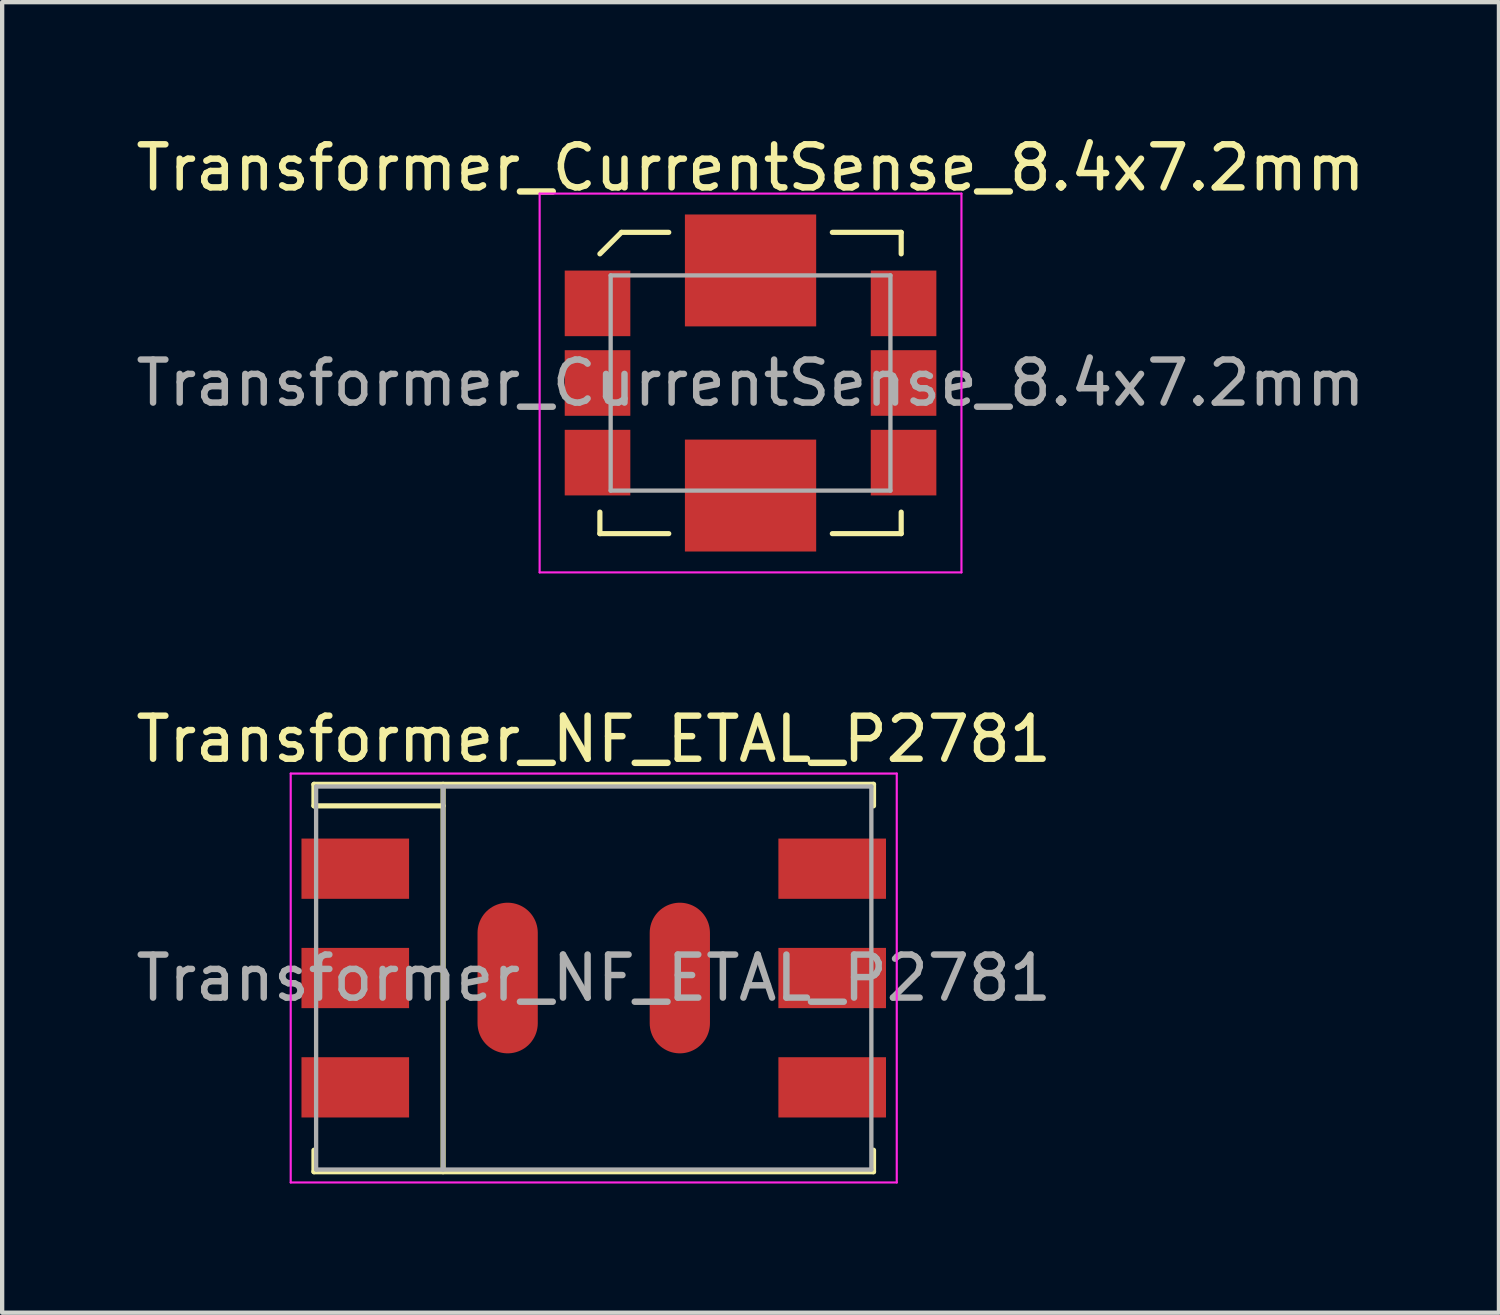
<source format=kicad_pcb>
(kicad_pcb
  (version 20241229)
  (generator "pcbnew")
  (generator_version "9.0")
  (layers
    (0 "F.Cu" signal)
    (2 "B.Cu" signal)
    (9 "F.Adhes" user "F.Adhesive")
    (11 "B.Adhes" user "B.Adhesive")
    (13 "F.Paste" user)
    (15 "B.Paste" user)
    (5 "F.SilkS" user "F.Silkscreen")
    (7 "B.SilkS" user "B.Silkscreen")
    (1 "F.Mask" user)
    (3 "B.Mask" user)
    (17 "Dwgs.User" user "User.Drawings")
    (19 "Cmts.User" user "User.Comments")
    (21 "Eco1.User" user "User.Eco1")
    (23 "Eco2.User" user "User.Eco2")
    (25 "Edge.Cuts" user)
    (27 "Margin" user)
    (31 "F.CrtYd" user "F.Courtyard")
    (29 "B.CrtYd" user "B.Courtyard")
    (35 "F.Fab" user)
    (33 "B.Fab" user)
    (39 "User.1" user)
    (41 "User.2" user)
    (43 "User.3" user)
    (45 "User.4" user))
  (footprint "Transformer_NF_ETAL_P2781"
    (layer "F.Cu")
    (at 10.744 19.672)
    (property "Reference" "Transformer_NF_ETAL_P2781" (at 0 -5.55 0) (layer "F.SilkS") (effects (font (size 1 1) (thickness 0.15))))
    (attr smd)
    (fp_line (start -6.5 -4.5) (end -6.5 -4) (stroke (width 0.12) (type solid)) (layer "F.SilkS"))
    (fp_line (start -6.5 -4.5) (end 6.5 -4.5) (stroke (width 0.12) (type solid)) (layer "F.SilkS"))
    (fp_line (start -6.5 -4) (end -3.5 -4) (stroke (width 0.12) (type solid)) (layer "F.SilkS"))
    (fp_line (start -6.5 4.5) (end -6.5 4) (stroke (width 0.12) (type solid)) (layer "F.SilkS"))
    (fp_line (start -3.5 -4.5) (end -3.5 4.5) (stroke (width 0.12) (type solid)) (layer "F.SilkS"))
    (fp_line (start 6.5 -4.5) (end 6.5 -4) (stroke (width 0.12) (type solid)) (layer "F.SilkS"))
    (fp_line (start 6.5 4.5) (end -6.5 4.5) (stroke (width 0.12) (type solid)) (layer "F.SilkS"))
    (fp_line (start 6.5 4.5) (end 6.5 4) (stroke (width 0.12) (type solid)) (layer "F.SilkS"))
    (fp_line (start -7.04 -4.75) (end -7.04 4.75) (stroke (width 0.05) (type solid)) (layer "F.CrtYd"))
    (fp_line (start -7.04 -4.75) (end 7.04 -4.75) (stroke (width 0.05) (type solid)) (layer "F.CrtYd"))
    (fp_line (start 7.04 4.75) (end -7.04 4.75) (stroke (width 0.05) (type solid)) (layer "F.CrtYd"))
    (fp_line (start 7.04 4.75) (end 7.04 -4.75) (stroke (width 0.05) (type solid)) (layer "F.CrtYd"))
    (fp_line (start -6.45 -4.45) (end 6.45 -4.45) (stroke (width 0.1) (type solid)) (layer "F.Fab"))
    (fp_line (start -6.45 4.45) (end -6.45 -4.45) (stroke (width 0.1) (type solid)) (layer "F.Fab"))
    (fp_line (start -3.5 -4.45) (end -3.5 4.45) (stroke (width 0.1) (type solid)) (layer "F.Fab"))
    (fp_line (start 6.45 -4.45) (end 6.45 4.45) (stroke (width 0.1) (type solid)) (layer "F.Fab"))
    (fp_line (start 6.45 4.45) (end -6.45 4.45) (stroke (width 0.1) (type solid)) (layer "F.Fab"))
    (fp_text user "${REFERENCE}" (at 0 0 0) (layer "F.Fab") (effects (font (size 1 1) (thickness 0.15))))
    (pad "1" smd rect (at -5.54 -2.54) (size 2.5 1.4) (layers "F.Cu" "F.Mask" "F.Paste"))
    (pad "2" smd rect (at -5.54 0) (size 2.5 1.4) (layers "F.Cu" "F.Mask" "F.Paste"))
    (pad "3" smd rect (at -5.54 2.54) (size 2.5 1.4) (layers "F.Cu" "F.Mask" "F.Paste"))
    (pad "4" smd rect (at 5.54 2.54) (size 2.5 1.4) (layers "F.Cu" "F.Mask" "F.Paste"))
    (pad "5" smd rect (at 5.54 0) (size 2.5 1.4) (layers "F.Cu" "F.Mask" "F.Paste"))
    (pad "6" smd rect (at 5.54 -2.54) (size 2.5 1.4) (layers "F.Cu" "F.Mask" "F.Paste"))
    (pad "7" smd oval (at -2 0 90) (size 3.5 1.4) (layers "F.Cu" "F.Mask" "F.Paste"))
    (pad "7" smd oval (at 2 0 90) (size 3.5 1.4) (layers "F.Cu" "F.Mask" "F.Paste")))
  (footprint "Transformer_CurrentSense_8.4x7.2mm"
    (layer "F.Cu")
    (at 14.387 5.848)
    (property "Reference" "Transformer_CurrentSense_8.4x7.2mm" (at 0 -5 0) (layer "F.SilkS") (effects (font (size 1 1) (thickness 0.15))))
    (attr smd)
    (fp_line (start -3.5 -3) (end -3 -3.5) (stroke (width 0.12) (type solid)) (layer "F.SilkS"))
    (fp_line (start -3.5 3.5) (end -3.5 3) (stroke (width 0.12) (type solid)) (layer "F.SilkS"))
    (fp_line (start -3 -3.5) (end -1.9 -3.5) (stroke (width 0.12) (type solid)) (layer "F.SilkS"))
    (fp_line (start -1.9 3.5) (end -3.5 3.5) (stroke (width 0.12) (type solid)) (layer "F.SilkS"))
    (fp_line (start 1.9 -3.5) (end 3.5 -3.5) (stroke (width 0.12) (type solid)) (layer "F.SilkS"))
    (fp_line (start 1.9 3.5) (end 3.5 3.5) (stroke (width 0.12) (type solid)) (layer "F.SilkS"))
    (fp_line (start 3.5 -3.5) (end 3.5 -3) (stroke (width 0.12) (type solid)) (layer "F.SilkS"))
    (fp_line (start 3.5 3.5) (end 3.5 3) (stroke (width 0.12) (type solid)) (layer "F.SilkS"))
    (fp_line (start -4.9 -4.4) (end -4.9 4.4) (stroke (width 0.05) (type solid)) (layer "F.CrtYd"))
    (fp_line (start -4.9 4.4) (end 4.9 4.4) (stroke (width 0.05) (type solid)) (layer "F.CrtYd"))
    (fp_line (start 4.9 -4.4) (end -4.9 -4.4) (stroke (width 0.05) (type solid)) (layer "F.CrtYd"))
    (fp_line (start 4.9 4.4) (end 4.9 -4.4) (stroke (width 0.05) (type solid)) (layer "F.CrtYd"))
    (fp_line (start -3.25 -2.5) (end 3.25 -2.5) (stroke (width 0.1) (type solid)) (layer "F.Fab"))
    (fp_line (start -3.25 2.5) (end -3.25 -2.5) (stroke (width 0.1) (type solid)) (layer "F.Fab"))
    (fp_line (start 3.25 -2.5) (end 3.25 2.5) (stroke (width 0.1) (type solid)) (layer "F.Fab"))
    (fp_line (start 3.25 2.5) (end -3.25 2.5) (stroke (width 0.1) (type solid)) (layer "F.Fab"))
    (fp_text user "${REFERENCE}" (at 0 0 0) (layer "F.Fab") (effects (font (size 1 1) (thickness 0.15))))
    (pad "1" smd rect (at -3.555 -1.85) (size 1.524 1.524) (layers "F.Cu" "F.Mask" "F.Paste"))
    (pad "2" smd rect (at -3.555 0) (size 1.524 1.524) (layers "F.Cu" "F.Mask" "F.Paste"))
    (pad "3" smd rect (at -3.555 1.85) (size 1.524 1.524) (layers "F.Cu" "F.Mask" "F.Paste"))
    (pad "4" smd rect (at 3.555 1.85) (size 1.524 1.524) (layers "F.Cu" "F.Mask" "F.Paste"))
    (pad "5" smd rect (at 3.555 0) (size 1.524 1.524) (layers "F.Cu" "F.Mask" "F.Paste"))
    (pad "6" smd rect (at 3.555 -1.85) (size 1.524 1.524) (layers "F.Cu" "F.Mask" "F.Paste"))
    (pad "7" smd rect (at 0 2.615) (size 3.05 2.6) (layers "F.Cu" "F.Mask" "F.Paste"))
    (pad "8" smd rect (at 0 -2.615) (size 3.05 2.6) (layers "F.Cu" "F.Mask" "F.Paste")))
  (gr_rect
    (start -3 -3)
    (end 31.774 27.447)
    (stroke (width 0.1) (type default))
    (fill no)
    (layer "Edge.Cuts")))
</source>
